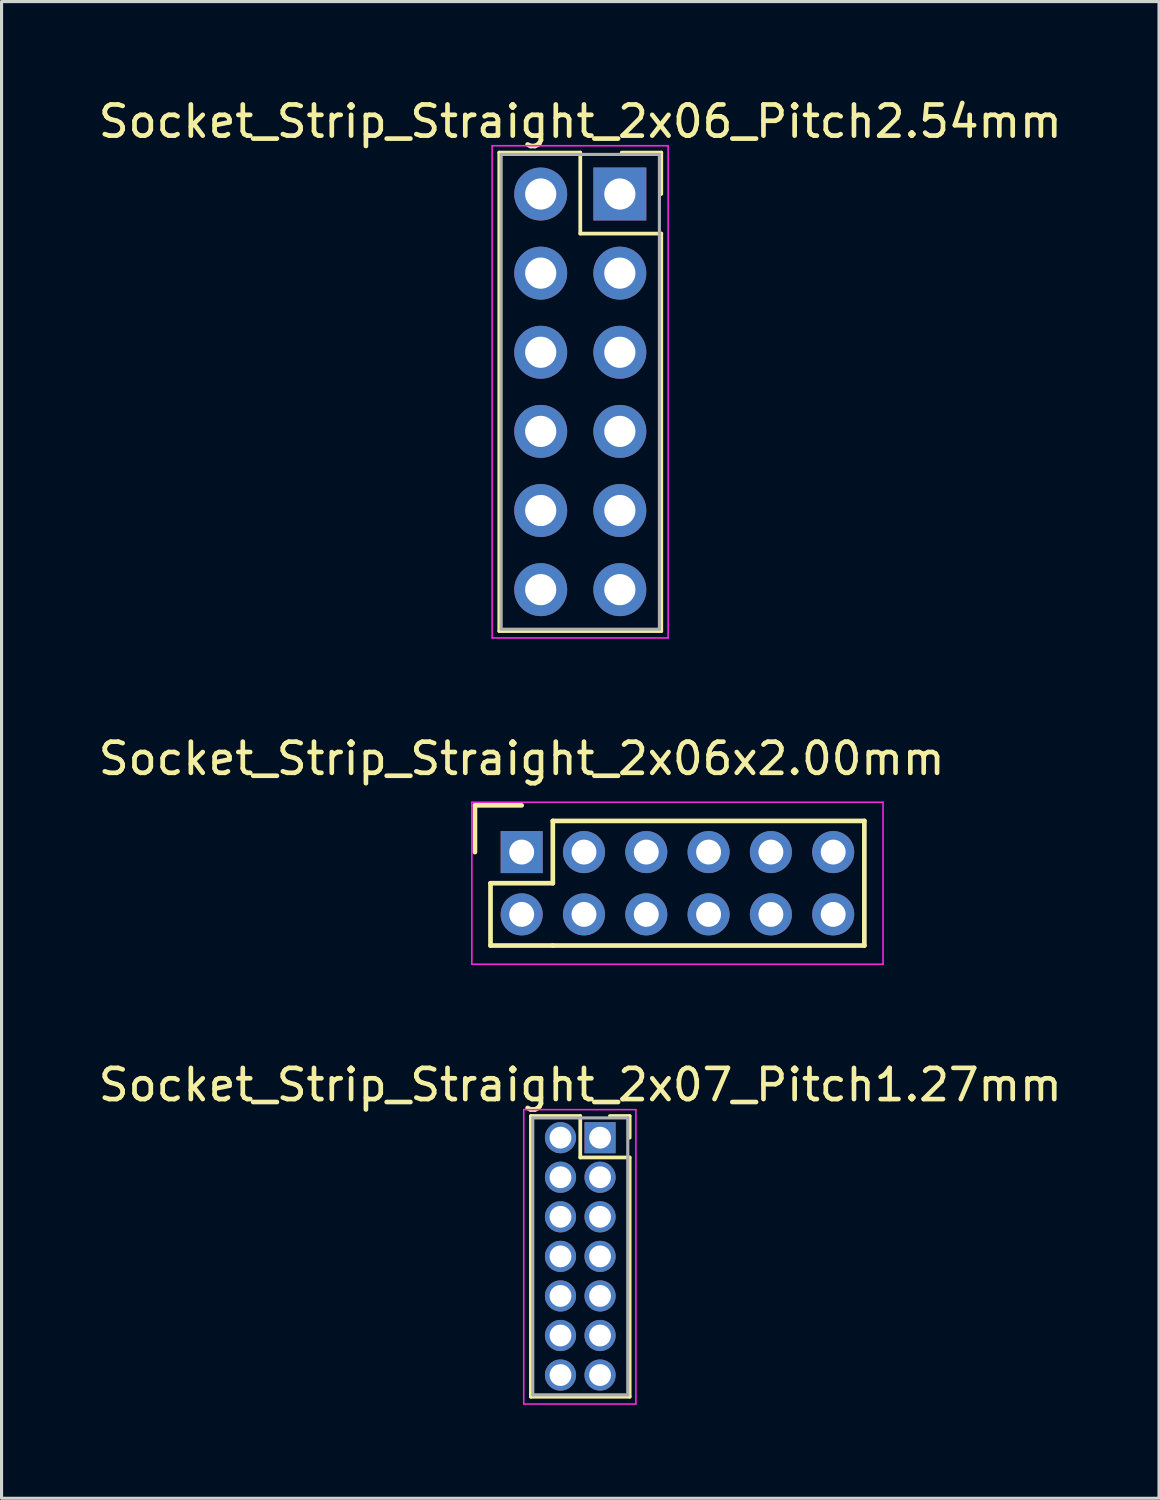
<source format=kicad_pcb>
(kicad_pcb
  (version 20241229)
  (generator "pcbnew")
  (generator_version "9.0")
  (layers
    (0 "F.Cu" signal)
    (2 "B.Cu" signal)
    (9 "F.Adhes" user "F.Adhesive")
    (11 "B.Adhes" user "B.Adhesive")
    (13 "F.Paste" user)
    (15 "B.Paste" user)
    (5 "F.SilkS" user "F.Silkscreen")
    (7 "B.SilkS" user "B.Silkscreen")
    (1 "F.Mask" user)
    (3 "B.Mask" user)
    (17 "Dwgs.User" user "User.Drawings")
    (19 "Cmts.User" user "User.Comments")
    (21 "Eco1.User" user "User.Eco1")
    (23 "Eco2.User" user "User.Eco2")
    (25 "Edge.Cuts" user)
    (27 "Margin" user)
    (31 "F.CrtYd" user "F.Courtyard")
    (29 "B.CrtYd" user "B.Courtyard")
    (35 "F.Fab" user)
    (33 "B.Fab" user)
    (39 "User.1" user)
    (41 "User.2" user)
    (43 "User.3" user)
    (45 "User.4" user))
  (footprint "Socket_Strip_Straight_2x07_Pitch1.27mm"
    (layer "F.Cu")
    (at 16.212 33.47)
    (property "Reference" "Socket_Strip_Straight_2x07_Pitch1.27mm" (at -0.635 -1.695 0) (layer "F.SilkS") (effects (font (size 1 1) (thickness 0.15))))
    (attr through_hole)
    (fp_line (start -2.22 -0.695) (end -0.635 -0.695) (stroke (width 0.12) (type solid)) (layer "F.SilkS"))
    (fp_line (start -2.22 8.315) (end -2.22 -0.695) (stroke (width 0.12) (type solid)) (layer "F.SilkS"))
    (fp_line (start -0.635 -0.695) (end -0.635 0.635) (stroke (width 0.12) (type solid)) (layer "F.SilkS"))
    (fp_line (start -0.635 0.635) (end 0.95 0.635) (stroke (width 0.12) (type solid)) (layer "F.SilkS"))
    (fp_line (start 0.95 -0.695) (end 0.315 -0.695) (stroke (width 0.12) (type solid)) (layer "F.SilkS"))
    (fp_line (start 0.95 0) (end 0.95 -0.695) (stroke (width 0.12) (type solid)) (layer "F.SilkS"))
    (fp_line (start 0.95 0.635) (end 0.95 8.315) (stroke (width 0.12) (type solid)) (layer "F.SilkS"))
    (fp_line (start 0.95 8.315) (end -2.22 8.315) (stroke (width 0.12) (type solid)) (layer "F.SilkS"))
    (fp_line (start -2.45 -0.9) (end -2.45 8.55) (stroke (width 0.05) (type solid)) (layer "F.CrtYd"))
    (fp_line (start -2.45 8.55) (end 1.15 8.55) (stroke (width 0.05) (type solid)) (layer "F.CrtYd"))
    (fp_line (start 1.15 -0.9) (end -2.45 -0.9) (stroke (width 0.05) (type solid)) (layer "F.CrtYd"))
    (fp_line (start 1.15 8.55) (end 1.15 -0.9) (stroke (width 0.05) (type solid)) (layer "F.CrtYd"))
    (fp_line (start -2.16 -0.635) (end -2.16 8.255) (stroke (width 0.1) (type solid)) (layer "F.Fab"))
    (fp_line (start -2.16 8.255) (end 0.89 8.255) (stroke (width 0.1) (type solid)) (layer "F.Fab"))
    (fp_line (start 0.89 -0.635) (end -2.16 -0.635) (stroke (width 0.1) (type solid)) (layer "F.Fab"))
    (fp_line (start 0.89 8.255) (end 0.89 -0.635) (stroke (width 0.1) (type solid)) (layer "F.Fab"))
    (pad "1" thru_hole rect (at 0 0) (size 1 1) (drill 0.7) (layers "*.Cu" "*.Mask"))
    (pad "2" thru_hole oval (at -1.27 0) (size 1 1) (drill 0.7) (layers "*.Cu" "*.Mask"))
    (pad "3" thru_hole oval (at 0 1.27) (size 1 1) (drill 0.7) (layers "*.Cu" "*.Mask"))
    (pad "4" thru_hole oval (at -1.27 1.27) (size 1 1) (drill 0.7) (layers "*.Cu" "*.Mask"))
    (pad "5" thru_hole oval (at 0 2.54) (size 1 1) (drill 0.7) (layers "*.Cu" "*.Mask"))
    (pad "6" thru_hole oval (at -1.27 2.54) (size 1 1) (drill 0.7) (layers "*.Cu" "*.Mask"))
    (pad "7" thru_hole oval (at 0 3.81) (size 1 1) (drill 0.7) (layers "*.Cu" "*.Mask"))
    (pad "8" thru_hole oval (at -1.27 3.81) (size 1 1) (drill 0.7) (layers "*.Cu" "*.Mask"))
    (pad "9" thru_hole oval (at 0 5.08) (size 1 1) (drill 0.7) (layers "*.Cu" "*.Mask"))
    (pad "10" thru_hole oval (at -1.27 5.08) (size 1 1) (drill 0.7) (layers "*.Cu" "*.Mask"))
    (pad "11" thru_hole oval (at 0 6.35) (size 1 1) (drill 0.7) (layers "*.Cu" "*.Mask"))
    (pad "12" thru_hole oval (at -1.27 6.35) (size 1 1) (drill 0.7) (layers "*.Cu" "*.Mask"))
    (pad "13" thru_hole oval (at 0 7.62) (size 1 1) (drill 0.7) (layers "*.Cu" "*.Mask"))
    (pad "14" thru_hole oval (at -1.27 7.62) (size 1 1) (drill 0.7) (layers "*.Cu" "*.Mask")))
  (footprint "Socket_Strip_Straight_2x06_Pitch2.54mm"
    (layer "F.Cu")
    (at 16.847 3.178)
    (property "Reference" "Socket_Strip_Straight_2x06_Pitch2.54mm" (at -1.27 -2.33 0) (layer "F.SilkS") (effects (font (size 1 1) (thickness 0.15))))
    (attr through_hole)
    (fp_line (start -3.87 -1.33) (end -1.27 -1.33) (stroke (width 0.12) (type solid)) (layer "F.SilkS"))
    (fp_line (start -3.87 14.03) (end -3.87 -1.33) (stroke (width 0.12) (type solid)) (layer "F.SilkS"))
    (fp_line (start -1.27 -1.33) (end -1.27 1.27) (stroke (width 0.12) (type solid)) (layer "F.SilkS"))
    (fp_line (start -1.27 1.27) (end 1.33 1.27) (stroke (width 0.12) (type solid)) (layer "F.SilkS"))
    (fp_line (start 1.33 -1.33) (end 0.06 -1.33) (stroke (width 0.12) (type solid)) (layer "F.SilkS"))
    (fp_line (start 1.33 0) (end 1.33 -1.33) (stroke (width 0.12) (type solid)) (layer "F.SilkS"))
    (fp_line (start 1.33 1.27) (end 1.33 14.03) (stroke (width 0.12) (type solid)) (layer "F.SilkS"))
    (fp_line (start 1.33 14.03) (end -3.87 14.03) (stroke (width 0.12) (type solid)) (layer "F.SilkS"))
    (fp_line (start -4.1 -1.55) (end -4.1 14.25) (stroke (width 0.05) (type solid)) (layer "F.CrtYd"))
    (fp_line (start -4.1 14.25) (end 1.55 14.25) (stroke (width 0.05) (type solid)) (layer "F.CrtYd"))
    (fp_line (start 1.55 -1.55) (end -4.1 -1.55) (stroke (width 0.05) (type solid)) (layer "F.CrtYd"))
    (fp_line (start 1.55 14.25) (end 1.55 -1.55) (stroke (width 0.05) (type solid)) (layer "F.CrtYd"))
    (fp_line (start -3.81 -1.27) (end -3.81 13.97) (stroke (width 0.1) (type solid)) (layer "F.Fab"))
    (fp_line (start -3.81 13.97) (end 1.27 13.97) (stroke (width 0.1) (type solid)) (layer "F.Fab"))
    (fp_line (start 1.27 -1.27) (end -3.81 -1.27) (stroke (width 0.1) (type solid)) (layer "F.Fab"))
    (fp_line (start 1.27 13.97) (end 1.27 -1.27) (stroke (width 0.1) (type solid)) (layer "F.Fab"))
    (pad "1" thru_hole rect (at 0 0) (size 1.7 1.7) (drill 1) (layers "*.Cu" "*.Mask"))
    (pad "2" thru_hole oval (at -2.54 0) (size 1.7 1.7) (drill 1) (layers "*.Cu" "*.Mask"))
    (pad "3" thru_hole oval (at 0 2.54) (size 1.7 1.7) (drill 1) (layers "*.Cu" "*.Mask"))
    (pad "4" thru_hole oval (at -2.54 2.54) (size 1.7 1.7) (drill 1) (layers "*.Cu" "*.Mask"))
    (pad "5" thru_hole oval (at 0 5.08) (size 1.7 1.7) (drill 1) (layers "*.Cu" "*.Mask"))
    (pad "6" thru_hole oval (at -2.54 5.08) (size 1.7 1.7) (drill 1) (layers "*.Cu" "*.Mask"))
    (pad "7" thru_hole oval (at 0 7.62) (size 1.7 1.7) (drill 1) (layers "*.Cu" "*.Mask"))
    (pad "8" thru_hole oval (at -2.54 7.62) (size 1.7 1.7) (drill 1) (layers "*.Cu" "*.Mask"))
    (pad "9" thru_hole oval (at 0 10.16) (size 1.7 1.7) (drill 1) (layers "*.Cu" "*.Mask"))
    (pad "10" thru_hole oval (at -2.54 10.16) (size 1.7 1.7) (drill 1) (layers "*.Cu" "*.Mask"))
    (pad "11" thru_hole oval (at 0 12.7) (size 1.7 1.7) (drill 1) (layers "*.Cu" "*.Mask"))
    (pad "12" thru_hole oval (at -2.54 12.7) (size 1.7 1.7) (drill 1) (layers "*.Cu" "*.Mask")))
  (footprint "Socket_Strip_Straight_2x06x2.00mm"
    (layer "F.Cu")
    (at 13.696 24.302)
    (property "Reference" "Socket_Strip_Straight_2x06x2.00mm" (at 0 -3 0) (layer "F.SilkS") (effects (font (size 1 1) (thickness 0.15))))
    (attr through_hole)
    (fp_line (start -1.5 -1.5) (end -1.5 0) (stroke (width 0.15) (type solid)) (layer "F.SilkS"))
    (fp_line (start -1 1) (end -1 3) (stroke (width 0.15) (type solid)) (layer "F.SilkS"))
    (fp_line (start -1 3) (end 1 3) (stroke (width 0.15) (type solid)) (layer "F.SilkS"))
    (fp_line (start 0 -1.5) (end -1.5 -1.5) (stroke (width 0.15) (type solid)) (layer "F.SilkS"))
    (fp_line (start 1 -1) (end 1 1) (stroke (width 0.15) (type solid)) (layer "F.SilkS"))
    (fp_line (start 1 1) (end -1 1) (stroke (width 0.15) (type solid)) (layer "F.SilkS"))
    (fp_line (start 1 3) (end 11 3) (stroke (width 0.15) (type solid)) (layer "F.SilkS"))
    (fp_line (start 11 -1) (end 1 -1) (stroke (width 0.15) (type solid)) (layer "F.SilkS"))
    (fp_line (start 11 3) (end 11 -1) (stroke (width 0.15) (type solid)) (layer "F.SilkS"))
    (fp_line (start -1.6 -1.6) (end -1.6 3.6) (stroke (width 0.05) (type solid)) (layer "F.CrtYd"))
    (fp_line (start -1.6 3.6) (end 11.6 3.6) (stroke (width 0.05) (type solid)) (layer "F.CrtYd"))
    (fp_line (start 11.6 -1.6) (end -1.6 -1.6) (stroke (width 0.05) (type solid)) (layer "F.CrtYd"))
    (fp_line (start 11.6 3.6) (end 11.6 -1.6) (stroke (width 0.05) (type solid)) (layer "F.CrtYd"))
    (pad "1" thru_hole rect (at 0 0) (size 1.35 1.35) (drill 0.8) (layers "*.Cu" "*.Mask"))
    (pad "2" thru_hole circle (at 0 2) (size 1.35 1.35) (drill 0.8) (layers "*.Cu" "*.Mask"))
    (pad "3" thru_hole circle (at 2 0) (size 1.35 1.35) (drill 0.8) (layers "*.Cu" "*.Mask"))
    (pad "4" thru_hole circle (at 2 2) (size 1.35 1.35) (drill 0.8) (layers "*.Cu" "*.Mask"))
    (pad "5" thru_hole circle (at 4 0) (size 1.35 1.35) (drill 0.8) (layers "*.Cu" "*.Mask"))
    (pad "6" thru_hole circle (at 4 2) (size 1.35 1.35) (drill 0.8) (layers "*.Cu" "*.Mask"))
    (pad "7" thru_hole circle (at 6 0) (size 1.35 1.35) (drill 0.8) (layers "*.Cu" "*.Mask"))
    (pad "8" thru_hole circle (at 6 2) (size 1.35 1.35) (drill 0.8) (layers "*.Cu" "*.Mask"))
    (pad "9" thru_hole circle (at 8 0) (size 1.35 1.35) (drill 0.8) (layers "*.Cu" "*.Mask"))
    (pad "10" thru_hole circle (at 8 2) (size 1.35 1.35) (drill 0.8) (layers "*.Cu" "*.Mask"))
    (pad "11" thru_hole circle (at 10 0) (size 1.35 1.35) (drill 0.8) (layers "*.Cu" "*.Mask"))
    (pad "12" thru_hole circle (at 10 2) (size 1.35 1.35) (drill 0.8) (layers "*.Cu" "*.Mask")))
  (gr_rect
    (start -3 -3)
    (end 34.155 45.045)
    (stroke (width 0.1) (type default))
    (fill no)
    (layer "Edge.Cuts")))
</source>
